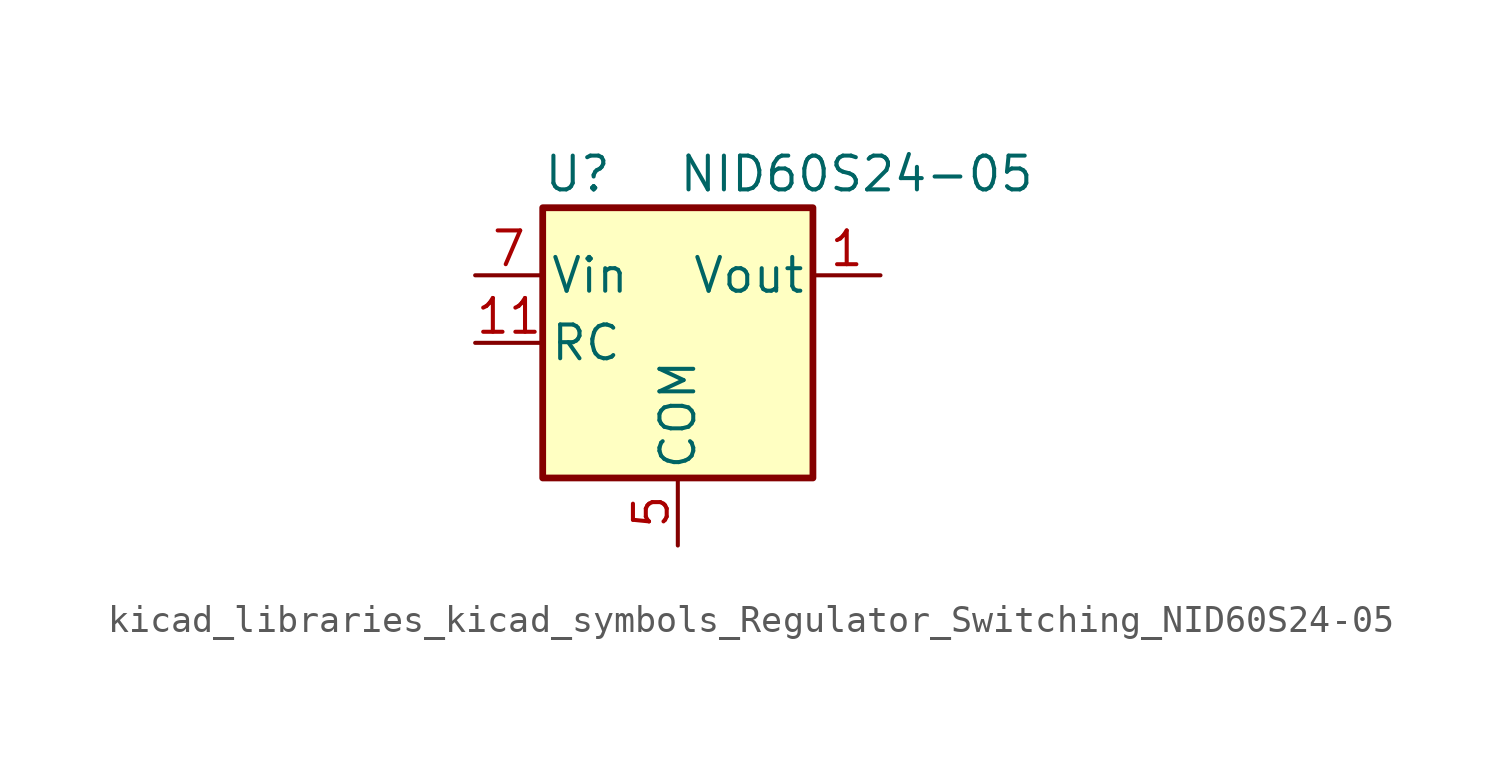
<source format=kicad_sym>
(kicad_symbol_lib
  (version 20220914)
  (generator kicad_symbol_editor)
  (symbol "kicad_libraries_kicad_symbols_Regulator_Switching_NID60S24-05"
    (pin_names
      (offset 0.254))
    (property "Reference" "U"
      (at -5.08 6.35 0)
      (effects (font (size 1.27 1.27)) (justify left)))
    (property "Value" "NID60S24-05"
      (at 0 6.35 0)
      (effects (font (size 1.27 1.27)) (justify left)))
    (symbol "kicad_libraries_kicad_symbols_Regulator_Switching_NID60S24-05_0_1"
      (rectangle (start -5.08 5.08) (end 5.08 -5.08) (stroke (width 0.254) (type default)) (fill (type background))))
    (symbol "kicad_libraries_kicad_symbols_Regulator_Switching_NID60S24-05_1_1"
      (pin power_out line (at 7.62 2.54 180) (length 2.54) (name "Vout" (effects (font (size 1.27 1.27)))) (number "1" (effects (font (size 1.27 1.27)))))
      (pin no_connect line (at 5.08 -2.54 180) (length 2.54) hide (name "NC" (effects (font (size 1.27 1.27)))) (number "10" (effects (font (size 1.27 1.27)))))
      (pin input line (at -7.62 0 0) (length 2.54) (name "RC" (effects (font (size 1.27 1.27)))) (number "11" (effects (font (size 1.27 1.27)))))
      (pin passive line (at 7.62 2.54 180) (length 2.54) hide (name "Vout" (effects (font (size 1.27 1.27)))) (number "2" (effects (font (size 1.27 1.27)))))
      (pin passive line (at 7.62 2.54 180) (length 2.54) hide (name "Vout" (effects (font (size 1.27 1.27)))) (number "3" (effects (font (size 1.27 1.27)))))
      (pin passive line (at 7.62 2.54 180) (length 2.54) hide (name "Vout" (effects (font (size 1.27 1.27)))) (number "4" (effects (font (size 1.27 1.27)))))
      (pin power_in line (at 0 -7.62 90) (length 2.54) (name "COM" (effects (font (size 1.27 1.27)))) (number "5" (effects (font (size 1.27 1.27)))))
      (pin passive line (at 0 -7.62 90) (length 2.54) hide (name "COM" (effects (font (size 1.27 1.27)))) (number "6" (effects (font (size 1.27 1.27)))))
      (pin power_in line (at -7.62 2.54 0) (length 2.54) (name "Vin" (effects (font (size 1.27 1.27)))) (number "7" (effects (font (size 1.27 1.27)))))
      (pin passive line (at -7.62 2.54 0) (length 2.54) hide (name "Vin" (effects (font (size 1.27 1.27)))) (number "8" (effects (font (size 1.27 1.27)))))
      (pin no_connect line (at 5.08 0 180) (length 2.54) hide (name "NC" (effects (font (size 1.27 1.27)))) (number "9" (effects (font (size 1.27 1.27))))))))
</source>
